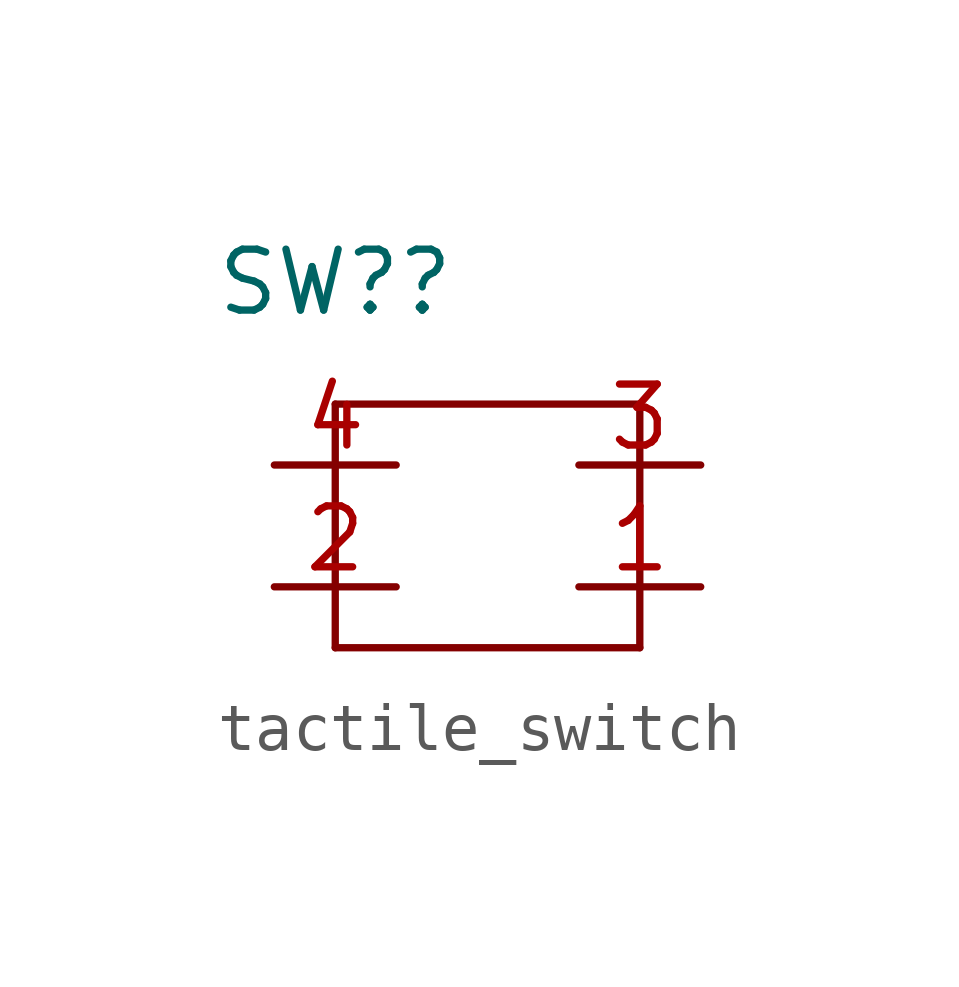
<source format=kicad_sym>
(kicad_symbol_lib
  (version 20231120)
  (generator "kicad_symbol_editor")
  (generator_version "8.0")
  (symbol "tactile_switch"
    (property "Reference" "SW?"
      (at 0 0 0)
      (effects (font (size 1.27 1.27))))
    (property "Value" ""
      (at 0 0 0)
      (effects (font (size 1.27 1.27))))
    (symbol "tactile_switch_0_1"
      (rectangle (start 0 -7.62) (end 6.35 -7.62) (stroke (width 0) (type default)) (fill (type none)))
      (rectangle (start 0 -6.35) (end 0 -7.62) (stroke (width 0) (type default)) (fill (type none)))
      (rectangle (start 0 -2.54) (end 0 -6.35) (stroke (width 0) (type default)) (fill (type none)))
      (rectangle (start 6.35 -7.62) (end 6.35 -2.54) (stroke (width 0) (type default)) (fill (type none)))
      (rectangle (start 6.35 -2.54) (end 0 -2.54) (stroke (width 0) (type default)) (fill (type none))))
    (symbol "tactile_switch_1_1"
      (pin passive line (at 7.62 -6.35 180) (length 2.54) (name "" (effects (font (size 1.27 1.27)))) (number "1" (effects (font (size 1.27 1.27)))))
      (pin passive line (at -1.27 -6.35 0) (length 2.54) (name "" (effects (font (size 1.27 1.27)))) (number "2" (effects (font (size 1.27 1.27)))))
      (pin passive line (at 7.62 -3.81 180) (length 2.54) (name "" (effects (font (size 1.27 1.27)))) (number "3" (effects (font (size 1.27 1.27)))))
      (pin passive line (at -1.27 -3.81 0) (length 2.54) (name "" (effects (font (size 1.27 1.27)))) (number "4" (effects (font (size 1.27 1.27))))))))
</source>
